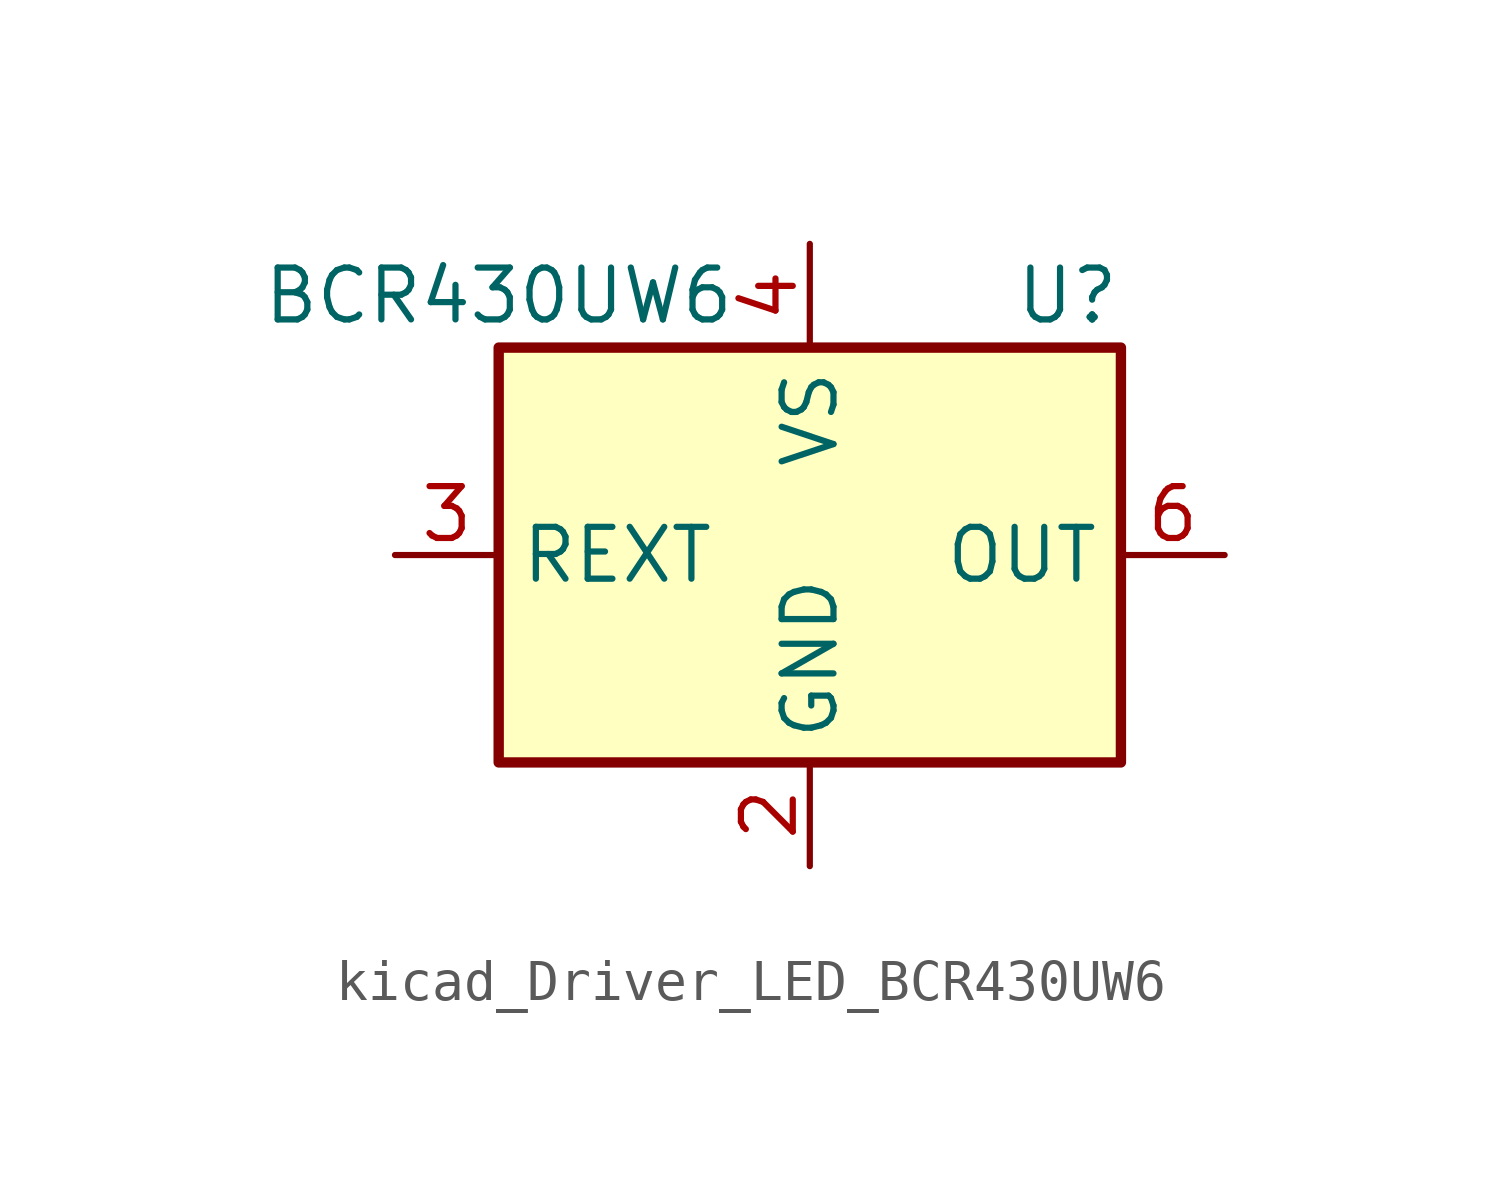
<source format=kicad_sym>
(kicad_symbol_lib
  (version 20220914)
  (generator kicad_symbol_editor)
  (symbol "kicad_Driver_LED_BCR430UW6"
    (property "Reference" "U"
      (at 7.62 6.35 0)
      (effects (font (size 1.27 1.27)) (justify right)))
    (property "Value" "BCR430UW6"
      (at -7.62 6.35 0)
      (effects (font (size 1.27 1.27))))
    (symbol "kicad_Driver_LED_BCR430UW6_0_1"
      (rectangle (start -7.62 5.08) (end 7.62 -5.08) (stroke (width 0.254) (type default)) (fill (type background))))
    (symbol "kicad_Driver_LED_BCR430UW6_1_1"
      (pin no_connect line (at 7.62 2.54 180) (length 2.54) hide (name "NC" (effects (font (size 1.27 1.27)))) (number "1" (effects (font (size 1.27 1.27)))))
      (pin power_in line (at 0 -7.62 90) (length 2.54) (name "GND" (effects (font (size 1.27 1.27)))) (number "2" (effects (font (size 1.27 1.27)))))
      (pin passive line (at -10.16 0 0) (length 2.54) (name "REXT" (effects (font (size 1.27 1.27)))) (number "3" (effects (font (size 1.27 1.27)))))
      (pin power_in line (at 0 7.62 270) (length 2.54) (name "VS" (effects (font (size 1.27 1.27)))) (number "4" (effects (font (size 1.27 1.27)))))
      (pin no_connect line (at 7.62 -2.54 180) (length 2.54) hide (name "NC" (effects (font (size 1.27 1.27)))) (number "5" (effects (font (size 1.27 1.27)))))
      (pin output line (at 10.16 0 180) (length 2.54) (name "OUT" (effects (font (size 1.27 1.27)))) (number "6" (effects (font (size 1.27 1.27))))))))
</source>
